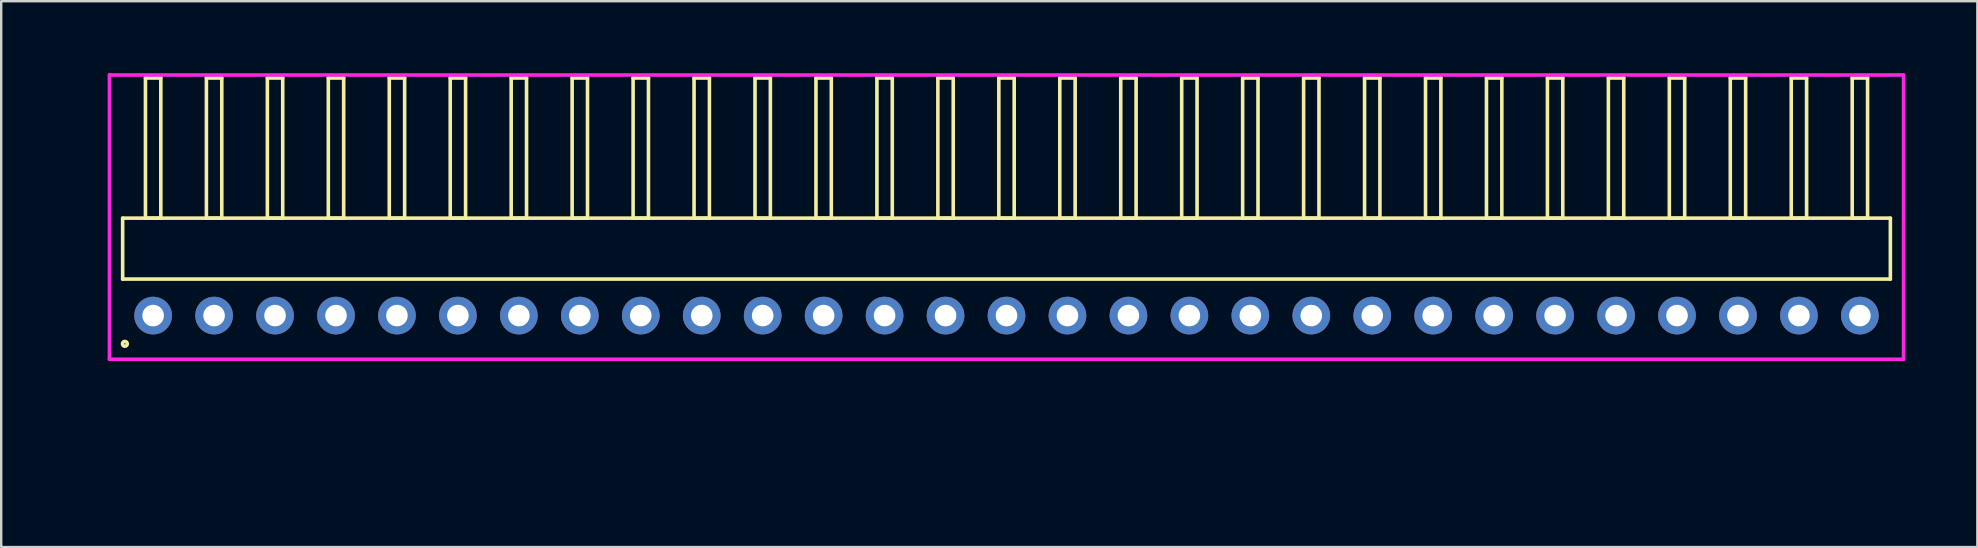
<source format=kicad_pcb>
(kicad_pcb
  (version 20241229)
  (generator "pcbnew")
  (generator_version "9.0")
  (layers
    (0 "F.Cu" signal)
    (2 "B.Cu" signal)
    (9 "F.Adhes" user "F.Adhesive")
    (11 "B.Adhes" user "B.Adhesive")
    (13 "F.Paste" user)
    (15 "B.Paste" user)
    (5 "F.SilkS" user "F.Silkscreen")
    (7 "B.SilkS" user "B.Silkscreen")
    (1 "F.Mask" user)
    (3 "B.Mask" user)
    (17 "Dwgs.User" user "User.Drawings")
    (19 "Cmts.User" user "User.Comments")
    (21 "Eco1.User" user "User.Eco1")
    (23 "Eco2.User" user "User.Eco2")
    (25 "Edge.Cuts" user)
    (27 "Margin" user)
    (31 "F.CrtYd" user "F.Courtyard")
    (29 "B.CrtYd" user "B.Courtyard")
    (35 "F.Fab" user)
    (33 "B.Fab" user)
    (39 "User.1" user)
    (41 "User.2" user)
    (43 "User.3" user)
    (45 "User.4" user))
  (footprint "HDR_RA254P29x1"
    (layer "F.Cu")
    (at 38.891 10.1)
    (property "Reference" "HDR_RA254P29x1" (at -38.13 0 90) (layer "User.1") (effects (font (size 1 1) (thickness 0.1))))
    (attr through_hole)
    (fp_line (start -36.83 -4.06) (end -36.83 -1.52) (stroke (width 0.15) (type solid)) (layer "F.SilkS"))
    (fp_line (start -36.83 -1.52) (end 36.83 -1.52) (stroke (width 0.15) (type solid)) (layer "F.SilkS"))
    (fp_line (start -35.88 -9.9) (end -35.88 -4.06) (stroke (width 0.15) (type solid)) (layer "F.SilkS"))
    (fp_line (start -35.88 -4.06) (end -35.24 -4.06) (stroke (width 0.15) (type solid)) (layer "F.SilkS"))
    (fp_line (start -35.24 -9.9) (end -35.88 -9.9) (stroke (width 0.15) (type solid)) (layer "F.SilkS"))
    (fp_line (start -35.24 -4.06) (end -35.24 -9.9) (stroke (width 0.15) (type solid)) (layer "F.SilkS"))
    (fp_line (start -33.34 -9.9) (end -33.34 -4.06) (stroke (width 0.15) (type solid)) (layer "F.SilkS"))
    (fp_line (start -33.34 -4.06) (end -32.7 -4.06) (stroke (width 0.15) (type solid)) (layer "F.SilkS"))
    (fp_line (start -32.7 -9.9) (end -33.34 -9.9) (stroke (width 0.15) (type solid)) (layer "F.SilkS"))
    (fp_line (start -32.7 -4.06) (end -32.7 -9.9) (stroke (width 0.15) (type solid)) (layer "F.SilkS"))
    (fp_line (start -30.8 -9.9) (end -30.8 -4.06) (stroke (width 0.15) (type solid)) (layer "F.SilkS"))
    (fp_line (start -30.8 -4.06) (end -30.16 -4.06) (stroke (width 0.15) (type solid)) (layer "F.SilkS"))
    (fp_line (start -30.16 -9.9) (end -30.8 -9.9) (stroke (width 0.15) (type solid)) (layer "F.SilkS"))
    (fp_line (start -30.16 -4.06) (end -30.16 -9.9) (stroke (width 0.15) (type solid)) (layer "F.SilkS"))
    (fp_line (start -28.26 -9.9) (end -28.26 -4.06) (stroke (width 0.15) (type solid)) (layer "F.SilkS"))
    (fp_line (start -28.26 -4.06) (end -27.62 -4.06) (stroke (width 0.15) (type solid)) (layer "F.SilkS"))
    (fp_line (start -27.62 -9.9) (end -28.26 -9.9) (stroke (width 0.15) (type solid)) (layer "F.SilkS"))
    (fp_line (start -27.62 -4.06) (end -27.62 -9.9) (stroke (width 0.15) (type solid)) (layer "F.SilkS"))
    (fp_line (start -25.72 -9.9) (end -25.72 -4.06) (stroke (width 0.15) (type solid)) (layer "F.SilkS"))
    (fp_line (start -25.72 -4.06) (end -25.08 -4.06) (stroke (width 0.15) (type solid)) (layer "F.SilkS"))
    (fp_line (start -25.08 -9.9) (end -25.72 -9.9) (stroke (width 0.15) (type solid)) (layer "F.SilkS"))
    (fp_line (start -25.08 -4.06) (end -25.08 -9.9) (stroke (width 0.15) (type solid)) (layer "F.SilkS"))
    (fp_line (start -23.18 -9.9) (end -23.18 -4.06) (stroke (width 0.15) (type solid)) (layer "F.SilkS"))
    (fp_line (start -23.18 -4.06) (end -22.54 -4.06) (stroke (width 0.15) (type solid)) (layer "F.SilkS"))
    (fp_line (start -22.54 -9.9) (end -23.18 -9.9) (stroke (width 0.15) (type solid)) (layer "F.SilkS"))
    (fp_line (start -22.54 -4.06) (end -22.54 -9.9) (stroke (width 0.15) (type solid)) (layer "F.SilkS"))
    (fp_line (start -20.64 -9.9) (end -20.64 -4.06) (stroke (width 0.15) (type solid)) (layer "F.SilkS"))
    (fp_line (start -20.64 -4.06) (end -20 -4.06) (stroke (width 0.15) (type solid)) (layer "F.SilkS"))
    (fp_line (start -20 -9.9) (end -20.64 -9.9) (stroke (width 0.15) (type solid)) (layer "F.SilkS"))
    (fp_line (start -20 -4.06) (end -20 -9.9) (stroke (width 0.15) (type solid)) (layer "F.SilkS"))
    (fp_line (start -18.1 -9.9) (end -18.1 -4.06) (stroke (width 0.15) (type solid)) (layer "F.SilkS"))
    (fp_line (start -18.1 -4.06) (end -17.46 -4.06) (stroke (width 0.15) (type solid)) (layer "F.SilkS"))
    (fp_line (start -17.46 -9.9) (end -18.1 -9.9) (stroke (width 0.15) (type solid)) (layer "F.SilkS"))
    (fp_line (start -17.46 -4.06) (end -17.46 -9.9) (stroke (width 0.15) (type solid)) (layer "F.SilkS"))
    (fp_line (start -15.56 -9.9) (end -15.56 -4.06) (stroke (width 0.15) (type solid)) (layer "F.SilkS"))
    (fp_line (start -15.56 -4.06) (end -14.92 -4.06) (stroke (width 0.15) (type solid)) (layer "F.SilkS"))
    (fp_line (start -14.92 -9.9) (end -15.56 -9.9) (stroke (width 0.15) (type solid)) (layer "F.SilkS"))
    (fp_line (start -14.92 -4.06) (end -14.92 -9.9) (stroke (width 0.15) (type solid)) (layer "F.SilkS"))
    (fp_line (start -13.02 -9.9) (end -13.02 -4.06) (stroke (width 0.15) (type solid)) (layer "F.SilkS"))
    (fp_line (start -13.02 -4.06) (end -12.38 -4.06) (stroke (width 0.15) (type solid)) (layer "F.SilkS"))
    (fp_line (start -12.38 -9.9) (end -13.02 -9.9) (stroke (width 0.15) (type solid)) (layer "F.SilkS"))
    (fp_line (start -12.38 -4.06) (end -12.38 -9.9) (stroke (width 0.15) (type solid)) (layer "F.SilkS"))
    (fp_line (start -10.48 -9.9) (end -10.48 -4.06) (stroke (width 0.15) (type solid)) (layer "F.SilkS"))
    (fp_line (start -10.48 -4.06) (end -9.84 -4.06) (stroke (width 0.15) (type solid)) (layer "F.SilkS"))
    (fp_line (start -9.84 -9.9) (end -10.48 -9.9) (stroke (width 0.15) (type solid)) (layer "F.SilkS"))
    (fp_line (start -9.84 -4.06) (end -9.84 -9.9) (stroke (width 0.15) (type solid)) (layer "F.SilkS"))
    (fp_line (start -7.94 -9.9) (end -7.94 -4.06) (stroke (width 0.15) (type solid)) (layer "F.SilkS"))
    (fp_line (start -7.94 -4.06) (end -7.3 -4.06) (stroke (width 0.15) (type solid)) (layer "F.SilkS"))
    (fp_line (start -7.3 -9.9) (end -7.94 -9.9) (stroke (width 0.15) (type solid)) (layer "F.SilkS"))
    (fp_line (start -7.3 -4.06) (end -7.3 -9.9) (stroke (width 0.15) (type solid)) (layer "F.SilkS"))
    (fp_line (start -5.4 -9.9) (end -5.4 -4.06) (stroke (width 0.15) (type solid)) (layer "F.SilkS"))
    (fp_line (start -5.4 -4.06) (end -4.76 -4.06) (stroke (width 0.15) (type solid)) (layer "F.SilkS"))
    (fp_line (start -4.76 -9.9) (end -5.4 -9.9) (stroke (width 0.15) (type solid)) (layer "F.SilkS"))
    (fp_line (start -4.76 -4.06) (end -4.76 -9.9) (stroke (width 0.15) (type solid)) (layer "F.SilkS"))
    (fp_line (start -2.86 -9.9) (end -2.86 -4.06) (stroke (width 0.15) (type solid)) (layer "F.SilkS"))
    (fp_line (start -2.86 -4.06) (end -2.22 -4.06) (stroke (width 0.15) (type solid)) (layer "F.SilkS"))
    (fp_line (start -2.22 -9.9) (end -2.86 -9.9) (stroke (width 0.15) (type solid)) (layer "F.SilkS"))
    (fp_line (start -2.22 -4.06) (end -2.22 -9.9) (stroke (width 0.15) (type solid)) (layer "F.SilkS"))
    (fp_line (start -0.32 -9.9) (end -0.32 -4.06) (stroke (width 0.15) (type solid)) (layer "F.SilkS"))
    (fp_line (start -0.32 -4.06) (end 0.32 -4.06) (stroke (width 0.15) (type solid)) (layer "F.SilkS"))
    (fp_line (start 0.32 -9.9) (end -0.32 -9.9) (stroke (width 0.15) (type solid)) (layer "F.SilkS"))
    (fp_line (start 0.32 -4.06) (end 0.32 -9.9) (stroke (width 0.15) (type solid)) (layer "F.SilkS"))
    (fp_line (start 2.22 -9.9) (end 2.22 -4.06) (stroke (width 0.15) (type solid)) (layer "F.SilkS"))
    (fp_line (start 2.22 -4.06) (end 2.86 -4.06) (stroke (width 0.15) (type solid)) (layer "F.SilkS"))
    (fp_line (start 2.86 -9.9) (end 2.22 -9.9) (stroke (width 0.15) (type solid)) (layer "F.SilkS"))
    (fp_line (start 2.86 -4.06) (end 2.86 -9.9) (stroke (width 0.15) (type solid)) (layer "F.SilkS"))
    (fp_line (start 4.76 -9.9) (end 4.76 -4.06) (stroke (width 0.15) (type solid)) (layer "F.SilkS"))
    (fp_line (start 4.76 -4.06) (end 5.4 -4.06) (stroke (width 0.15) (type solid)) (layer "F.SilkS"))
    (fp_line (start 5.4 -9.9) (end 4.76 -9.9) (stroke (width 0.15) (type solid)) (layer "F.SilkS"))
    (fp_line (start 5.4 -4.06) (end 5.4 -9.9) (stroke (width 0.15) (type solid)) (layer "F.SilkS"))
    (fp_line (start 7.3 -9.9) (end 7.3 -4.06) (stroke (width 0.15) (type solid)) (layer "F.SilkS"))
    (fp_line (start 7.3 -4.06) (end 7.94 -4.06) (stroke (width 0.15) (type solid)) (layer "F.SilkS"))
    (fp_line (start 7.94 -9.9) (end 7.3 -9.9) (stroke (width 0.15) (type solid)) (layer "F.SilkS"))
    (fp_line (start 7.94 -4.06) (end 7.94 -9.9) (stroke (width 0.15) (type solid)) (layer "F.SilkS"))
    (fp_line (start 9.84 -9.9) (end 9.84 -4.06) (stroke (width 0.15) (type solid)) (layer "F.SilkS"))
    (fp_line (start 9.84 -4.06) (end 10.48 -4.06) (stroke (width 0.15) (type solid)) (layer "F.SilkS"))
    (fp_line (start 10.48 -9.9) (end 9.84 -9.9) (stroke (width 0.15) (type solid)) (layer "F.SilkS"))
    (fp_line (start 10.48 -4.06) (end 10.48 -9.9) (stroke (width 0.15) (type solid)) (layer "F.SilkS"))
    (fp_line (start 12.38 -9.9) (end 12.38 -4.06) (stroke (width 0.15) (type solid)) (layer "F.SilkS"))
    (fp_line (start 12.38 -4.06) (end 13.02 -4.06) (stroke (width 0.15) (type solid)) (layer "F.SilkS"))
    (fp_line (start 13.02 -9.9) (end 12.38 -9.9) (stroke (width 0.15) (type solid)) (layer "F.SilkS"))
    (fp_line (start 13.02 -4.06) (end 13.02 -9.9) (stroke (width 0.15) (type solid)) (layer "F.SilkS"))
    (fp_line (start 14.92 -9.9) (end 14.92 -4.06) (stroke (width 0.15) (type solid)) (layer "F.SilkS"))
    (fp_line (start 14.92 -4.06) (end 15.56 -4.06) (stroke (width 0.15) (type solid)) (layer "F.SilkS"))
    (fp_line (start 15.56 -9.9) (end 14.92 -9.9) (stroke (width 0.15) (type solid)) (layer "F.SilkS"))
    (fp_line (start 15.56 -4.06) (end 15.56 -9.9) (stroke (width 0.15) (type solid)) (layer "F.SilkS"))
    (fp_line (start 17.46 -9.9) (end 17.46 -4.06) (stroke (width 0.15) (type solid)) (layer "F.SilkS"))
    (fp_line (start 17.46 -4.06) (end 18.1 -4.06) (stroke (width 0.15) (type solid)) (layer "F.SilkS"))
    (fp_line (start 18.1 -9.9) (end 17.46 -9.9) (stroke (width 0.15) (type solid)) (layer "F.SilkS"))
    (fp_line (start 18.1 -4.06) (end 18.1 -9.9) (stroke (width 0.15) (type solid)) (layer "F.SilkS"))
    (fp_line (start 20 -9.9) (end 20 -4.06) (stroke (width 0.15) (type solid)) (layer "F.SilkS"))
    (fp_line (start 20 -4.06) (end 20.64 -4.06) (stroke (width 0.15) (type solid)) (layer "F.SilkS"))
    (fp_line (start 20.64 -9.9) (end 20 -9.9) (stroke (width 0.15) (type solid)) (layer "F.SilkS"))
    (fp_line (start 20.64 -4.06) (end 20.64 -9.9) (stroke (width 0.15) (type solid)) (layer "F.SilkS"))
    (fp_line (start 22.54 -9.9) (end 22.54 -4.06) (stroke (width 0.15) (type solid)) (layer "F.SilkS"))
    (fp_line (start 22.54 -4.06) (end 23.18 -4.06) (stroke (width 0.15) (type solid)) (layer "F.SilkS"))
    (fp_line (start 23.18 -9.9) (end 22.54 -9.9) (stroke (width 0.15) (type solid)) (layer "F.SilkS"))
    (fp_line (start 23.18 -4.06) (end 23.18 -9.9) (stroke (width 0.15) (type solid)) (layer "F.SilkS"))
    (fp_line (start 25.08 -9.9) (end 25.08 -4.06) (stroke (width 0.15) (type solid)) (layer "F.SilkS"))
    (fp_line (start 25.08 -4.06) (end 25.72 -4.06) (stroke (width 0.15) (type solid)) (layer "F.SilkS"))
    (fp_line (start 25.72 -9.9) (end 25.08 -9.9) (stroke (width 0.15) (type solid)) (layer "F.SilkS"))
    (fp_line (start 25.72 -4.06) (end 25.72 -9.9) (stroke (width 0.15) (type solid)) (layer "F.SilkS"))
    (fp_line (start 27.62 -9.9) (end 27.62 -4.06) (stroke (width 0.15) (type solid)) (layer "F.SilkS"))
    (fp_line (start 27.62 -4.06) (end 28.26 -4.06) (stroke (width 0.15) (type solid)) (layer "F.SilkS"))
    (fp_line (start 28.26 -9.9) (end 27.62 -9.9) (stroke (width 0.15) (type solid)) (layer "F.SilkS"))
    (fp_line (start 28.26 -4.06) (end 28.26 -9.9) (stroke (width 0.15) (type solid)) (layer "F.SilkS"))
    (fp_line (start 30.16 -9.9) (end 30.16 -4.06) (stroke (width 0.15) (type solid)) (layer "F.SilkS"))
    (fp_line (start 30.16 -4.06) (end 30.8 -4.06) (stroke (width 0.15) (type solid)) (layer "F.SilkS"))
    (fp_line (start 30.8 -9.9) (end 30.16 -9.9) (stroke (width 0.15) (type solid)) (layer "F.SilkS"))
    (fp_line (start 30.8 -4.06) (end 30.8 -9.9) (stroke (width 0.15) (type solid)) (layer "F.SilkS"))
    (fp_line (start 32.7 -9.9) (end 32.7 -4.06) (stroke (width 0.15) (type solid)) (layer "F.SilkS"))
    (fp_line (start 32.7 -4.06) (end 33.34 -4.06) (stroke (width 0.15) (type solid)) (layer "F.SilkS"))
    (fp_line (start 33.34 -9.9) (end 32.7 -9.9) (stroke (width 0.15) (type solid)) (layer "F.SilkS"))
    (fp_line (start 33.34 -4.06) (end 33.34 -9.9) (stroke (width 0.15) (type solid)) (layer "F.SilkS"))
    (fp_line (start 35.24 -9.9) (end 35.24 -4.06) (stroke (width 0.15) (type solid)) (layer "F.SilkS"))
    (fp_line (start 35.24 -4.06) (end 35.88 -4.06) (stroke (width 0.15) (type solid)) (layer "F.SilkS"))
    (fp_line (start 35.88 -9.9) (end 35.24 -9.9) (stroke (width 0.15) (type solid)) (layer "F.SilkS"))
    (fp_line (start 35.88 -4.06) (end 35.88 -9.9) (stroke (width 0.15) (type solid)) (layer "F.SilkS"))
    (fp_line (start 36.83 -4.06) (end -36.83 -4.06) (stroke (width 0.15) (type solid)) (layer "F.SilkS"))
    (fp_line (start 36.83 -1.52) (end 36.83 -4.06) (stroke (width 0.15) (type solid)) (layer "F.SilkS"))
    (fp_circle (center -36.737 1.177) (end -36.637 1.177) (stroke (width 0.15) (type solid)) (fill no) (layer "F.SilkS"))
    (fp_line (start -37.38 -10.025) (end -37.38 1.82) (stroke (width 0.15) (type solid)) (layer "F.CrtYd"))
    (fp_line (start -37.38 1.82) (end 37.38 1.82) (stroke (width 0.15) (type solid)) (layer "F.CrtYd"))
    (fp_line (start 37.38 -10.025) (end -37.38 -10.025) (stroke (width 0.15) (type solid)) (layer "F.CrtYd"))
    (fp_line (start 37.38 1.82) (end 37.38 -10.025) (stroke (width 0.15) (type solid)) (layer "F.CrtYd"))
    (pad "1" thru_hole oval (at -35.56 0) (size 1.57 1.57) (drill 0.9) (layers "*.Cu" "*.Mask"))
    (pad "2" thru_hole oval (at -33.02 0) (size 1.57 1.57) (drill 0.9) (layers "*.Cu" "*.Mask"))
    (pad "3" thru_hole oval (at -30.48 0) (size 1.57 1.57) (drill 0.9) (layers "*.Cu" "*.Mask"))
    (pad "4" thru_hole oval (at -27.94 0) (size 1.57 1.57) (drill 0.9) (layers "*.Cu" "*.Mask"))
    (pad "5" thru_hole oval (at -25.4 0) (size 1.57 1.57) (drill 0.9) (layers "*.Cu" "*.Mask"))
    (pad "6" thru_hole oval (at -22.86 0) (size 1.57 1.57) (drill 0.9) (layers "*.Cu" "*.Mask"))
    (pad "7" thru_hole oval (at -20.32 0) (size 1.57 1.57) (drill 0.9) (layers "*.Cu" "*.Mask"))
    (pad "8" thru_hole oval (at -17.78 0) (size 1.57 1.57) (drill 0.9) (layers "*.Cu" "*.Mask"))
    (pad "9" thru_hole oval (at -15.24 0) (size 1.57 1.57) (drill 0.9) (layers "*.Cu" "*.Mask"))
    (pad "10" thru_hole oval (at -12.7 0) (size 1.57 1.57) (drill 0.9) (layers "*.Cu" "*.Mask"))
    (pad "11" thru_hole oval (at -10.16 0) (size 1.57 1.57) (drill 0.9) (layers "*.Cu" "*.Mask"))
    (pad "12" thru_hole oval (at -7.62 0) (size 1.57 1.57) (drill 0.9) (layers "*.Cu" "*.Mask"))
    (pad "13" thru_hole oval (at -5.08 0) (size 1.57 1.57) (drill 0.9) (layers "*.Cu" "*.Mask"))
    (pad "14" thru_hole oval (at -2.54 0) (size 1.57 1.57) (drill 0.9) (layers "*.Cu" "*.Mask"))
    (pad "15" thru_hole oval (at 0 0) (size 1.57 1.57) (drill 0.9) (layers "*.Cu" "*.Mask"))
    (pad "16" thru_hole oval (at 2.54 0) (size 1.57 1.57) (drill 0.9) (layers "*.Cu" "*.Mask"))
    (pad "17" thru_hole oval (at 5.08 0) (size 1.57 1.57) (drill 0.9) (layers "*.Cu" "*.Mask"))
    (pad "18" thru_hole oval (at 7.62 0) (size 1.57 1.57) (drill 0.9) (layers "*.Cu" "*.Mask"))
    (pad "19" thru_hole oval (at 10.16 0) (size 1.57 1.57) (drill 0.9) (layers "*.Cu" "*.Mask"))
    (pad "20" thru_hole oval (at 12.7 0) (size 1.57 1.57) (drill 0.9) (layers "*.Cu" "*.Mask"))
    (pad "21" thru_hole oval (at 15.24 0) (size 1.57 1.57) (drill 0.9) (layers "*.Cu" "*.Mask"))
    (pad "22" thru_hole oval (at 17.78 0) (size 1.57 1.57) (drill 0.9) (layers "*.Cu" "*.Mask"))
    (pad "23" thru_hole oval (at 20.32 0) (size 1.57 1.57) (drill 0.9) (layers "*.Cu" "*.Mask"))
    (pad "24" thru_hole oval (at 22.86 0) (size 1.57 1.57) (drill 0.9) (layers "*.Cu" "*.Mask"))
    (pad "25" thru_hole oval (at 25.4 0) (size 1.57 1.57) (drill 0.9) (layers "*.Cu" "*.Mask"))
    (pad "26" thru_hole oval (at 27.94 0) (size 1.57 1.57) (drill 0.9) (layers "*.Cu" "*.Mask"))
    (pad "27" thru_hole oval (at 30.48 0) (size 1.57 1.57) (drill 0.9) (layers "*.Cu" "*.Mask"))
    (pad "28" thru_hole oval (at 33.02 0) (size 1.57 1.57) (drill 0.9) (layers "*.Cu" "*.Mask"))
    (pad "29" thru_hole oval (at 35.56 0) (size 1.57 1.57) (drill 0.9) (layers "*.Cu" "*.Mask")))
  (gr_rect
    (start -3 -3)
    (end 79.346 19.745)
    (stroke (width 0.1) (type default))
    (fill no)
    (layer "Edge.Cuts")))
</source>
